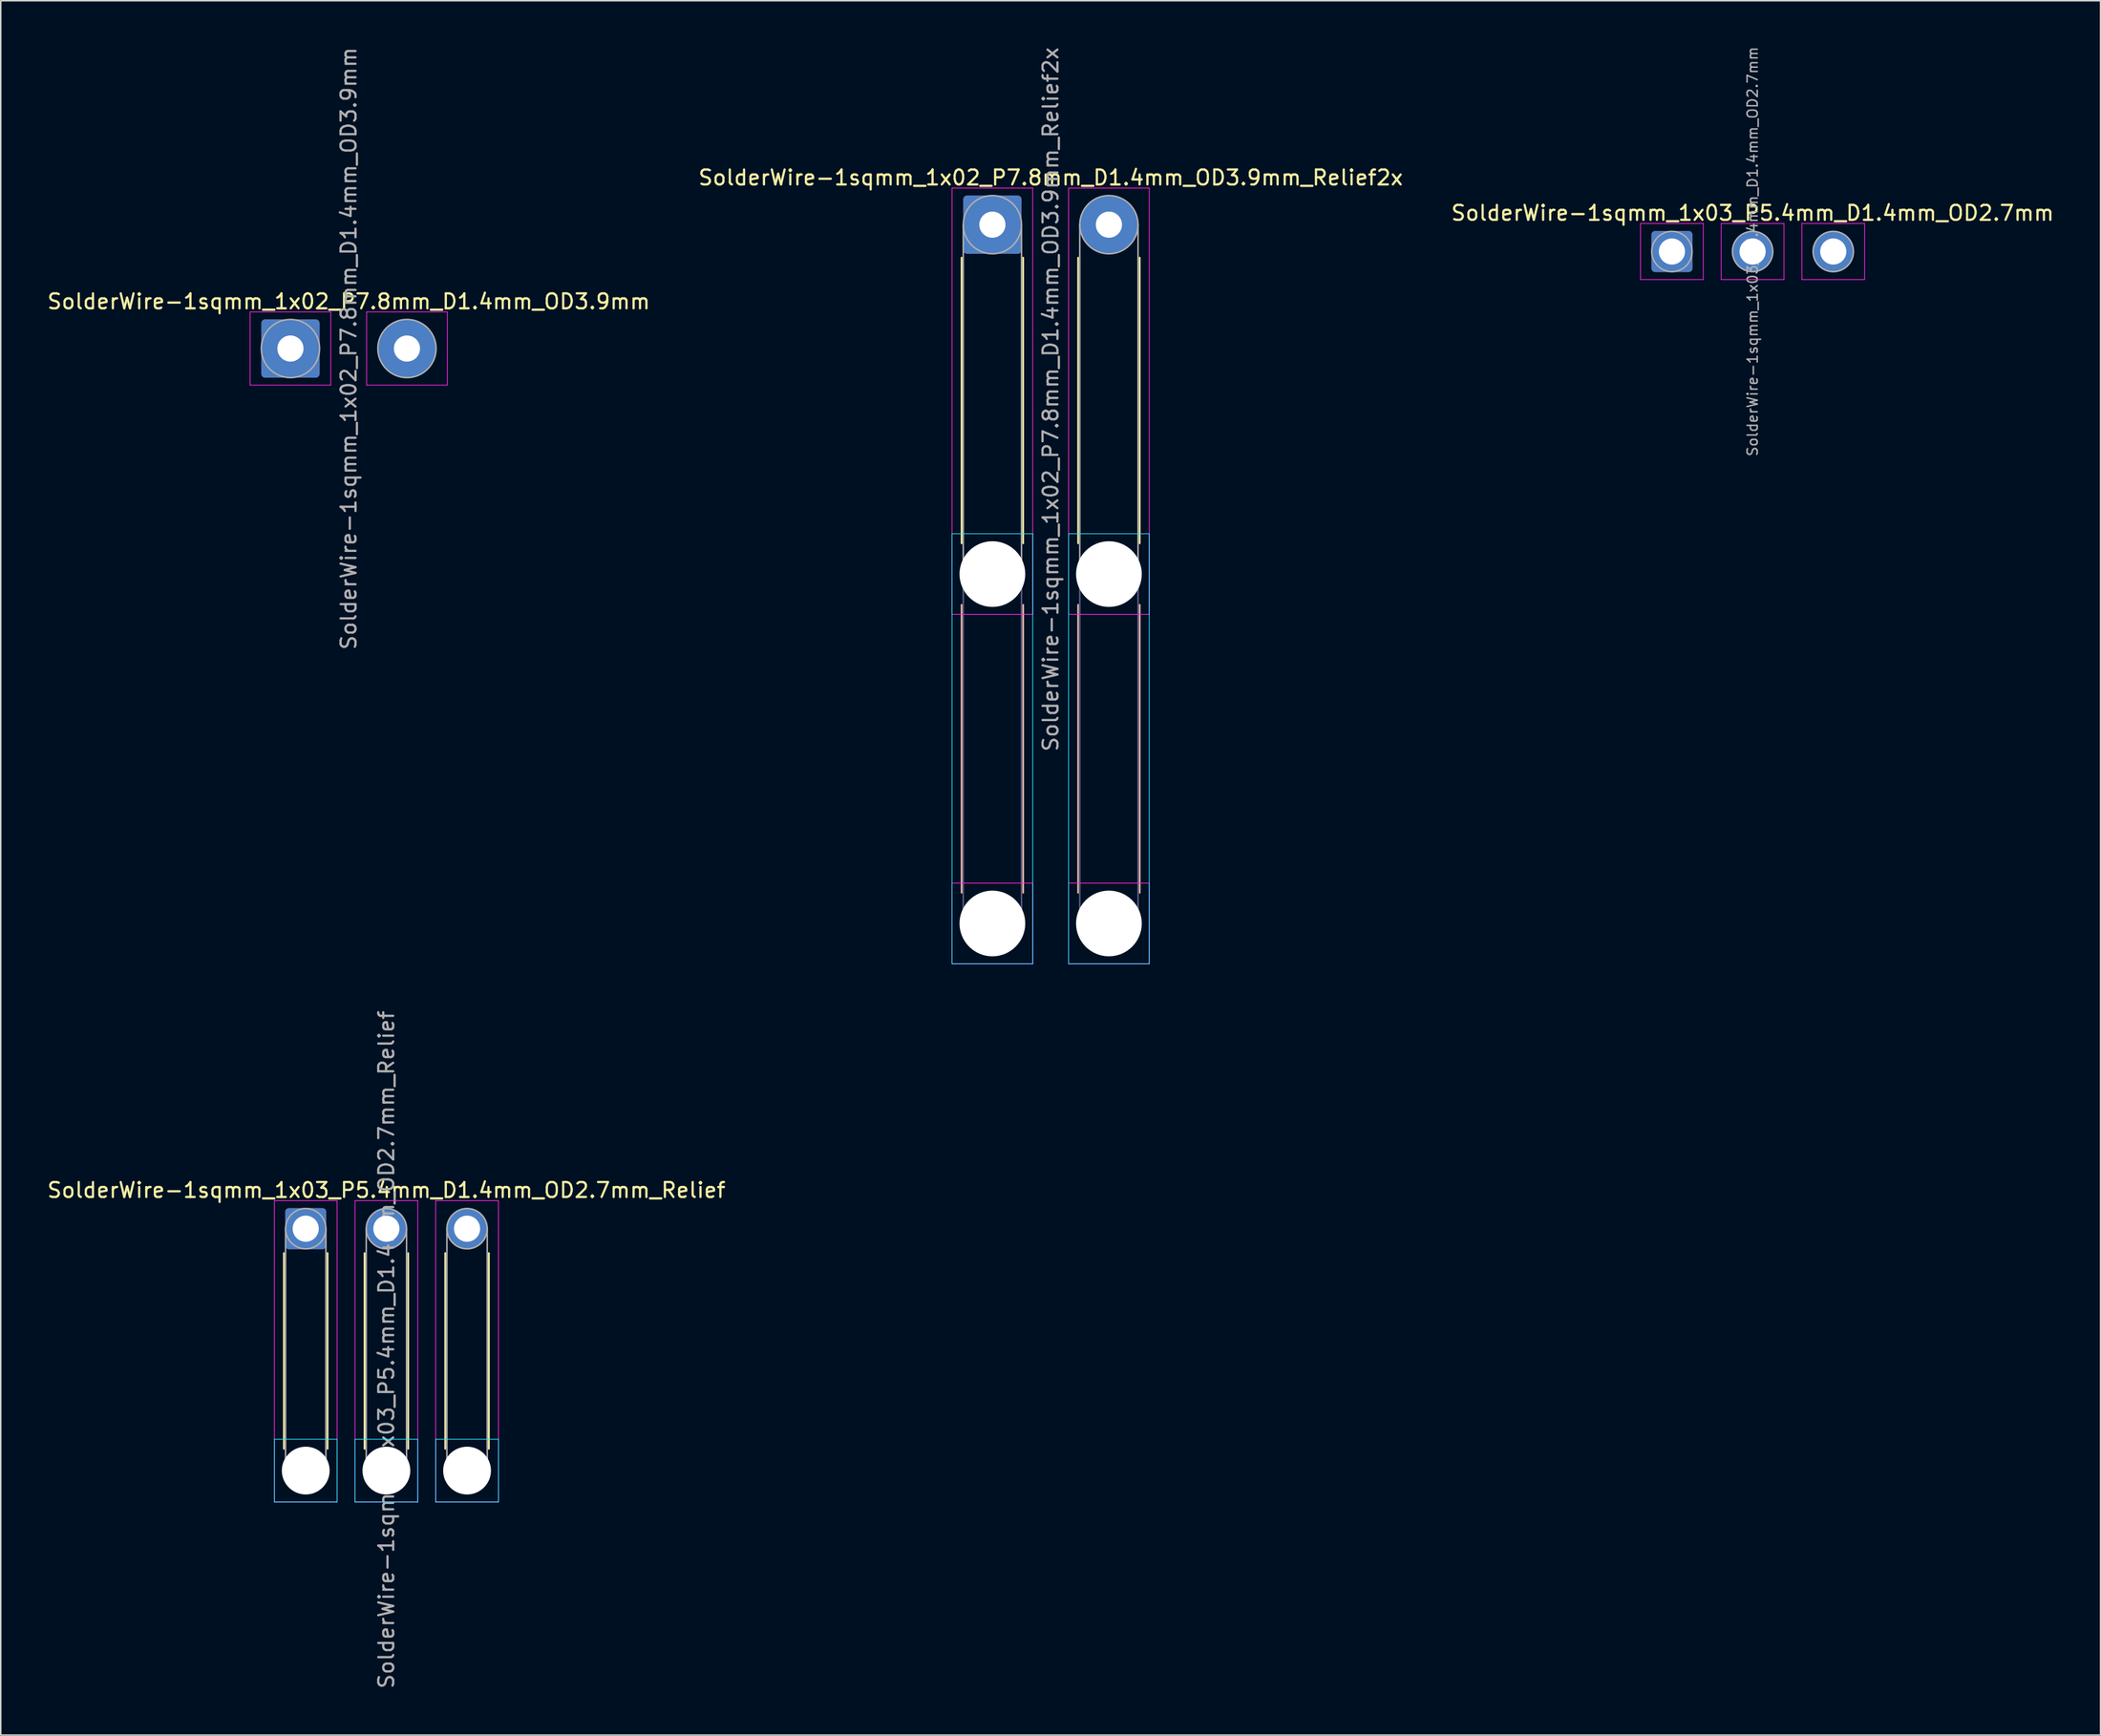
<source format=kicad_pcb>
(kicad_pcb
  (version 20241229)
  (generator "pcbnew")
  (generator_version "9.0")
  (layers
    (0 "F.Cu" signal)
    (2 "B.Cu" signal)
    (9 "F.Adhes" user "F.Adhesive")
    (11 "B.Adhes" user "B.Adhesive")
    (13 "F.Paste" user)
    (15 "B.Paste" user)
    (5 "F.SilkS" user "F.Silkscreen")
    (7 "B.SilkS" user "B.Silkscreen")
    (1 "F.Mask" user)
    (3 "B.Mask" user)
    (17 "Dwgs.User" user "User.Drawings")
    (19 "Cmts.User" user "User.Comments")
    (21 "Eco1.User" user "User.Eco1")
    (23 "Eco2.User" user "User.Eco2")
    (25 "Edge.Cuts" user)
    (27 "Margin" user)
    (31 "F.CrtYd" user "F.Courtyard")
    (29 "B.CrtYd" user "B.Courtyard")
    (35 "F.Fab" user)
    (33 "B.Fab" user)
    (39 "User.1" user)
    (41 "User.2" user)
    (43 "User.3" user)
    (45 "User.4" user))
  (footprint "SolderWire-1sqmm_1x03_P5.4mm_D1.4mm_OD2.7mm"
    (layer "F.Cu")
    (at 108.868 13.795)
    (property "Reference" "SolderWire-1sqmm_1x03_P5.4mm_D1.4mm_OD2.7mm" (at 5.4 -2.58 0) (layer "F.SilkS") (effects (font (size 1 1) (thickness 0.15))))
    (attr exclude_from_pos_files exclude_from_bom)
    (fp_line (start -2.1 -1.88) (end -2.1 1.88) (stroke (width 0.05) (type solid)) (layer "F.CrtYd"))
    (fp_line (start -2.1 1.88) (end 2.1 1.88) (stroke (width 0.05) (type solid)) (layer "F.CrtYd"))
    (fp_line (start 2.1 -1.88) (end -2.1 -1.88) (stroke (width 0.05) (type solid)) (layer "F.CrtYd"))
    (fp_line (start 2.1 1.88) (end 2.1 -1.88) (stroke (width 0.05) (type solid)) (layer "F.CrtYd"))
    (fp_line (start 3.3 -1.88) (end 3.3 1.88) (stroke (width 0.05) (type solid)) (layer "F.CrtYd"))
    (fp_line (start 3.3 1.88) (end 7.5 1.88) (stroke (width 0.05) (type solid)) (layer "F.CrtYd"))
    (fp_line (start 7.5 -1.88) (end 3.3 -1.88) (stroke (width 0.05) (type solid)) (layer "F.CrtYd"))
    (fp_line (start 7.5 1.88) (end 7.5 -1.88) (stroke (width 0.05) (type solid)) (layer "F.CrtYd"))
    (fp_line (start 8.7 -1.88) (end 8.7 1.88) (stroke (width 0.05) (type solid)) (layer "F.CrtYd"))
    (fp_line (start 8.7 1.88) (end 12.9 1.88) (stroke (width 0.05) (type solid)) (layer "F.CrtYd"))
    (fp_line (start 12.9 -1.88) (end 8.7 -1.88) (stroke (width 0.05) (type solid)) (layer "F.CrtYd"))
    (fp_line (start 12.9 1.88) (end 12.9 -1.88) (stroke (width 0.05) (type solid)) (layer "F.CrtYd"))
    (fp_circle (center 0 0) (end 1.35 0) (stroke (width 0.1) (type solid)) (fill no) (layer "F.Fab"))
    (fp_circle (center 5.4 0) (end 6.75 0) (stroke (width 0.1) (type solid)) (fill no) (layer "F.Fab"))
    (fp_circle (center 10.8 0) (end 12.15 0) (stroke (width 0.1) (type solid)) (fill no) (layer "F.Fab"))
    (fp_text user "${REFERENCE}" (at 5.4 0 90) (layer "F.Fab") (effects (font (size 0.68 0.68) (thickness 0.1))))
    (pad "1" thru_hole roundrect (at 0 0) (size 2.75 2.75) (drill 1.75) (layers "*.Cu" "*.Mask") (roundrect_rratio 0.091))
    (pad "2" thru_hole circle (at 5.4 0) (size 2.75 2.75) (drill 1.75) (layers "*.Cu" "*.Mask"))
    (pad "3" thru_hole circle (at 10.8 0) (size 2.75 2.75) (drill 1.75) (layers "*.Cu" "*.Mask")))
  (footprint "SolderWire-1sqmm_1x02_P7.8mm_D1.4mm_OD3.9mm_Relief2x"
    (layer "F.Cu")
    (at 63.38 11.996)
    (property "Reference" "SolderWire-1sqmm_1x02_P7.8mm_D1.4mm_OD3.9mm_Relief2x" (at 3.9 -3.15 0) (layer "F.SilkS") (effects (font (size 1 1) (thickness 0.15))))
    (attr exclude_from_pos_files exclude_from_bom)
    (fp_line (start -2.06 2.21) (end -2.06 21.34) (stroke (width 0.12) (type solid)) (layer "F.SilkS"))
    (fp_line (start 2.06 2.21) (end 2.06 21.34) (stroke (width 0.12) (type solid)) (layer "F.SilkS"))
    (fp_line (start 5.74 2.21) (end 5.74 21.34) (stroke (width 0.12) (type solid)) (layer "F.SilkS"))
    (fp_line (start 9.86 2.21) (end 9.86 21.34) (stroke (width 0.12) (type solid)) (layer "F.SilkS"))
    (fp_line (start -2.06 25.46) (end -2.06 44.74) (stroke (width 0.12) (type solid)) (layer "B.SilkS"))
    (fp_line (start 2.06 25.46) (end 2.06 44.74) (stroke (width 0.12) (type solid)) (layer "B.SilkS"))
    (fp_line (start 5.74 25.46) (end 5.74 44.74) (stroke (width 0.12) (type solid)) (layer "B.SilkS"))
    (fp_line (start 9.86 25.46) (end 9.86 44.74) (stroke (width 0.12) (type solid)) (layer "B.SilkS"))
    (fp_line (start -2.7 20.7) (end -2.7 49.5) (stroke (width 0.05) (type solid)) (layer "B.CrtYd"))
    (fp_line (start -2.7 49.5) (end 2.7 49.5) (stroke (width 0.05) (type solid)) (layer "B.CrtYd"))
    (fp_line (start 2.7 20.7) (end -2.7 20.7) (stroke (width 0.05) (type solid)) (layer "B.CrtYd"))
    (fp_line (start 2.7 49.5) (end 2.7 20.7) (stroke (width 0.05) (type solid)) (layer "B.CrtYd"))
    (fp_line (start 5.1 20.7) (end 5.1 49.5) (stroke (width 0.05) (type solid)) (layer "B.CrtYd"))
    (fp_line (start 5.1 49.5) (end 10.5 49.5) (stroke (width 0.05) (type solid)) (layer "B.CrtYd"))
    (fp_line (start 10.5 20.7) (end 5.1 20.7) (stroke (width 0.05) (type solid)) (layer "B.CrtYd"))
    (fp_line (start 10.5 49.5) (end 10.5 20.7) (stroke (width 0.05) (type solid)) (layer "B.CrtYd"))
    (fp_line (start -2.7 -2.45) (end -2.7 26.1) (stroke (width 0.05) (type solid)) (layer "F.CrtYd"))
    (fp_line (start -2.7 26.1) (end 2.7 26.1) (stroke (width 0.05) (type solid)) (layer "F.CrtYd"))
    (fp_line (start -2.7 44.1) (end -2.7 49.5) (stroke (width 0.05) (type solid)) (layer "F.CrtYd"))
    (fp_line (start -2.7 49.5) (end 2.7 49.5) (stroke (width 0.05) (type solid)) (layer "F.CrtYd"))
    (fp_line (start 2.7 -2.45) (end -2.7 -2.45) (stroke (width 0.05) (type solid)) (layer "F.CrtYd"))
    (fp_line (start 2.7 26.1) (end 2.7 -2.45) (stroke (width 0.05) (type solid)) (layer "F.CrtYd"))
    (fp_line (start 2.7 44.1) (end -2.7 44.1) (stroke (width 0.05) (type solid)) (layer "F.CrtYd"))
    (fp_line (start 2.7 49.5) (end 2.7 44.1) (stroke (width 0.05) (type solid)) (layer "F.CrtYd"))
    (fp_line (start 5.1 -2.45) (end 5.1 26.1) (stroke (width 0.05) (type solid)) (layer "F.CrtYd"))
    (fp_line (start 5.1 26.1) (end 10.5 26.1) (stroke (width 0.05) (type solid)) (layer "F.CrtYd"))
    (fp_line (start 5.1 44.1) (end 5.1 49.5) (stroke (width 0.05) (type solid)) (layer "F.CrtYd"))
    (fp_line (start 5.1 49.5) (end 10.5 49.5) (stroke (width 0.05) (type solid)) (layer "F.CrtYd"))
    (fp_line (start 10.5 -2.45) (end 5.1 -2.45) (stroke (width 0.05) (type solid)) (layer "F.CrtYd"))
    (fp_line (start 10.5 26.1) (end 10.5 -2.45) (stroke (width 0.05) (type solid)) (layer "F.CrtYd"))
    (fp_line (start 10.5 44.1) (end 5.1 44.1) (stroke (width 0.05) (type solid)) (layer "F.CrtYd"))
    (fp_line (start 10.5 49.5) (end 10.5 44.1) (stroke (width 0.05) (type solid)) (layer "F.CrtYd"))
    (fp_line (start -1.95 23.4) (end -1.95 46.8) (stroke (width 0.1) (type solid)) (layer "B.Fab"))
    (fp_line (start 1.95 23.4) (end 1.95 46.8) (stroke (width 0.1) (type solid)) (layer "B.Fab"))
    (fp_line (start 5.85 23.4) (end 5.85 46.8) (stroke (width 0.1) (type solid)) (layer "B.Fab"))
    (fp_line (start 9.75 23.4) (end 9.75 46.8) (stroke (width 0.1) (type solid)) (layer "B.Fab"))
    (fp_circle (center 0 23.4) (end 1.95 23.4) (stroke (width 0.1) (type solid)) (fill no) (layer "B.Fab"))
    (fp_circle (center 0 46.8) (end 1.95 46.8) (stroke (width 0.1) (type solid)) (fill no) (layer "B.Fab"))
    (fp_circle (center 7.8 23.4) (end 9.75 23.4) (stroke (width 0.1) (type solid)) (fill no) (layer "B.Fab"))
    (fp_circle (center 7.8 46.8) (end 9.75 46.8) (stroke (width 0.1) (type solid)) (fill no) (layer "B.Fab"))
    (fp_line (start -1.95 0) (end -1.95 23.4) (stroke (width 0.1) (type solid)) (layer "F.Fab"))
    (fp_line (start 1.95 0) (end 1.95 23.4) (stroke (width 0.1) (type solid)) (layer "F.Fab"))
    (fp_line (start 5.85 0) (end 5.85 23.4) (stroke (width 0.1) (type solid)) (layer "F.Fab"))
    (fp_line (start 9.75 0) (end 9.75 23.4) (stroke (width 0.1) (type solid)) (layer "F.Fab"))
    (fp_circle (center 0 0) (end 1.95 0) (stroke (width 0.1) (type solid)) (fill no) (layer "F.Fab"))
    (fp_circle (center 0 23.4) (end 1.95 23.4) (stroke (width 0.1) (type solid)) (fill no) (layer "F.Fab"))
    (fp_circle (center 0 46.8) (end 1.95 46.8) (stroke (width 0.1) (type solid)) (fill no) (layer "F.Fab"))
    (fp_circle (center 7.8 0) (end 9.75 0) (stroke (width 0.1) (type solid)) (fill no) (layer "F.Fab"))
    (fp_circle (center 7.8 23.4) (end 9.75 23.4) (stroke (width 0.1) (type solid)) (fill no) (layer "F.Fab"))
    (fp_circle (center 7.8 46.8) (end 9.75 46.8) (stroke (width 0.1) (type solid)) (fill no) (layer "F.Fab"))
    (fp_text user "${REFERENCE}" (at 3.9 11.7 90) (layer "F.Fab") (effects (font (size 1 1) (thickness 0.15))))
    (pad "" np_thru_hole circle (at 0 23.4) (size 4.4 4.4) (drill 4.4) (layers "*.Cu" "*.Mask"))
    (pad "" np_thru_hole circle (at 0 46.8) (size 4.4 4.4) (drill 4.4) (layers "*.Cu" "*.Mask"))
    (pad "" np_thru_hole circle (at 7.8 23.4) (size 4.4 4.4) (drill 4.4) (layers "*.Cu" "*.Mask"))
    (pad "" np_thru_hole circle (at 7.8 46.8) (size 4.4 4.4) (drill 4.4) (layers "*.Cu" "*.Mask"))
    (pad "1" thru_hole roundrect (at 0 0) (size 3.9 3.9) (drill 1.75) (layers "*.Cu" "*.Mask") (roundrect_rratio 0.064))
    (pad "2" thru_hole circle (at 7.8 0) (size 3.9 3.9) (drill 1.75) (layers "*.Cu" "*.Mask")))
  (footprint "SolderWire-1sqmm_1x03_P5.4mm_D1.4mm_OD2.7mm_Relief"
    (layer "F.Cu")
    (at 17.415 79.237)
    (property "Reference" "SolderWire-1sqmm_1x03_P5.4mm_D1.4mm_OD2.7mm_Relief" (at 5.4 -2.58 0) (layer "F.SilkS") (effects (font (size 1 1) (thickness 0.15))))
    (attr exclude_from_pos_files exclude_from_bom)
    (fp_line (start -1.46 1.635) (end -1.46 14.74) (stroke (width 0.12) (type solid)) (layer "F.SilkS"))
    (fp_line (start 1.46 1.635) (end 1.46 14.74) (stroke (width 0.12) (type solid)) (layer "F.SilkS"))
    (fp_line (start 3.94 1.635) (end 3.94 14.74) (stroke (width 0.12) (type solid)) (layer "F.SilkS"))
    (fp_line (start 6.86 1.635) (end 6.86 14.74) (stroke (width 0.12) (type solid)) (layer "F.SilkS"))
    (fp_line (start 9.34 1.635) (end 9.34 14.74) (stroke (width 0.12) (type solid)) (layer "F.SilkS"))
    (fp_line (start 12.26 1.635) (end 12.26 14.74) (stroke (width 0.12) (type solid)) (layer "F.SilkS"))
    (fp_line (start -2.1 14.1) (end -2.1 18.3) (stroke (width 0.05) (type solid)) (layer "B.CrtYd"))
    (fp_line (start -2.1 18.3) (end 2.1 18.3) (stroke (width 0.05) (type solid)) (layer "B.CrtYd"))
    (fp_line (start 2.1 14.1) (end -2.1 14.1) (stroke (width 0.05) (type solid)) (layer "B.CrtYd"))
    (fp_line (start 2.1 18.3) (end 2.1 14.1) (stroke (width 0.05) (type solid)) (layer "B.CrtYd"))
    (fp_line (start 3.3 14.1) (end 3.3 18.3) (stroke (width 0.05) (type solid)) (layer "B.CrtYd"))
    (fp_line (start 3.3 18.3) (end 7.5 18.3) (stroke (width 0.05) (type solid)) (layer "B.CrtYd"))
    (fp_line (start 7.5 14.1) (end 3.3 14.1) (stroke (width 0.05) (type solid)) (layer "B.CrtYd"))
    (fp_line (start 7.5 18.3) (end 7.5 14.1) (stroke (width 0.05) (type solid)) (layer "B.CrtYd"))
    (fp_line (start 8.7 14.1) (end 8.7 18.3) (stroke (width 0.05) (type solid)) (layer "B.CrtYd"))
    (fp_line (start 8.7 18.3) (end 12.9 18.3) (stroke (width 0.05) (type solid)) (layer "B.CrtYd"))
    (fp_line (start 12.9 14.1) (end 8.7 14.1) (stroke (width 0.05) (type solid)) (layer "B.CrtYd"))
    (fp_line (start 12.9 18.3) (end 12.9 14.1) (stroke (width 0.05) (type solid)) (layer "B.CrtYd"))
    (fp_line (start -2.1 -1.88) (end -2.1 18.3) (stroke (width 0.05) (type solid)) (layer "F.CrtYd"))
    (fp_line (start -2.1 18.3) (end 2.1 18.3) (stroke (width 0.05) (type solid)) (layer "F.CrtYd"))
    (fp_line (start 2.1 -1.88) (end -2.1 -1.88) (stroke (width 0.05) (type solid)) (layer "F.CrtYd"))
    (fp_line (start 2.1 18.3) (end 2.1 -1.88) (stroke (width 0.05) (type solid)) (layer "F.CrtYd"))
    (fp_line (start 3.3 -1.88) (end 3.3 18.3) (stroke (width 0.05) (type solid)) (layer "F.CrtYd"))
    (fp_line (start 3.3 18.3) (end 7.5 18.3) (stroke (width 0.05) (type solid)) (layer "F.CrtYd"))
    (fp_line (start 7.5 -1.88) (end 3.3 -1.88) (stroke (width 0.05) (type solid)) (layer "F.CrtYd"))
    (fp_line (start 7.5 18.3) (end 7.5 -1.88) (stroke (width 0.05) (type solid)) (layer "F.CrtYd"))
    (fp_line (start 8.7 -1.88) (end 8.7 18.3) (stroke (width 0.05) (type solid)) (layer "F.CrtYd"))
    (fp_line (start 8.7 18.3) (end 12.9 18.3) (stroke (width 0.05) (type solid)) (layer "F.CrtYd"))
    (fp_line (start 12.9 -1.88) (end 8.7 -1.88) (stroke (width 0.05) (type solid)) (layer "F.CrtYd"))
    (fp_line (start 12.9 18.3) (end 12.9 -1.88) (stroke (width 0.05) (type solid)) (layer "F.CrtYd"))
    (fp_line (start -1.35 0) (end -1.35 16.2) (stroke (width 0.1) (type solid)) (layer "F.Fab"))
    (fp_line (start 1.35 0) (end 1.35 16.2) (stroke (width 0.1) (type solid)) (layer "F.Fab"))
    (fp_line (start 4.05 0) (end 4.05 16.2) (stroke (width 0.1) (type solid)) (layer "F.Fab"))
    (fp_line (start 6.75 0) (end 6.75 16.2) (stroke (width 0.1) (type solid)) (layer "F.Fab"))
    (fp_line (start 9.45 0) (end 9.45 16.2) (stroke (width 0.1) (type solid)) (layer "F.Fab"))
    (fp_line (start 12.15 0) (end 12.15 16.2) (stroke (width 0.1) (type solid)) (layer "F.Fab"))
    (fp_circle (center 0 0) (end 1.35 0) (stroke (width 0.1) (type solid)) (fill no) (layer "F.Fab"))
    (fp_circle (center 0 16.2) (end 1.35 16.2) (stroke (width 0.1) (type solid)) (fill no) (layer "F.Fab"))
    (fp_circle (center 5.4 0) (end 6.75 0) (stroke (width 0.1) (type solid)) (fill no) (layer "F.Fab"))
    (fp_circle (center 5.4 16.2) (end 6.75 16.2) (stroke (width 0.1) (type solid)) (fill no) (layer "F.Fab"))
    (fp_circle (center 10.8 0) (end 12.15 0) (stroke (width 0.1) (type solid)) (fill no) (layer "F.Fab"))
    (fp_circle (center 10.8 16.2) (end 12.15 16.2) (stroke (width 0.1) (type solid)) (fill no) (layer "F.Fab"))
    (fp_text user "${REFERENCE}" (at 5.4 8.1 90) (layer "F.Fab") (effects (font (size 1 1) (thickness 0.15))))
    (pad "" np_thru_hole circle (at 0 16.2) (size 3.2 3.2) (drill 3.2) (layers "*.Cu" "*.Mask"))
    (pad "" np_thru_hole circle (at 5.4 16.2) (size 3.2 3.2) (drill 3.2) (layers "*.Cu" "*.Mask"))
    (pad "" np_thru_hole circle (at 10.8 16.2) (size 3.2 3.2) (drill 3.2) (layers "*.Cu" "*.Mask"))
    (pad "1" thru_hole roundrect (at 0 0) (size 2.75 2.75) (drill 1.75) (layers "*.Cu" "*.Mask") (roundrect_rratio 0.091))
    (pad "2" thru_hole circle (at 5.4 0) (size 2.75 2.75) (drill 1.75) (layers "*.Cu" "*.Mask"))
    (pad "3" thru_hole circle (at 10.8 0) (size 2.75 2.75) (drill 1.75) (layers "*.Cu" "*.Mask")))
  (footprint "SolderWire-1sqmm_1x02_P7.8mm_D1.4mm_OD3.9mm"
    (layer "F.Cu")
    (at 16.392 20.292)
    (property "Reference" "SolderWire-1sqmm_1x02_P7.8mm_D1.4mm_OD3.9mm" (at 3.9 -3.15 0) (layer "F.SilkS") (effects (font (size 1 1) (thickness 0.15))))
    (attr exclude_from_pos_files exclude_from_bom)
    (fp_line (start -2.7 -2.45) (end -2.7 2.45) (stroke (width 0.05) (type solid)) (layer "F.CrtYd"))
    (fp_line (start -2.7 2.45) (end 2.7 2.45) (stroke (width 0.05) (type solid)) (layer "F.CrtYd"))
    (fp_line (start 2.7 -2.45) (end -2.7 -2.45) (stroke (width 0.05) (type solid)) (layer "F.CrtYd"))
    (fp_line (start 2.7 2.45) (end 2.7 -2.45) (stroke (width 0.05) (type solid)) (layer "F.CrtYd"))
    (fp_line (start 5.1 -2.45) (end 5.1 2.45) (stroke (width 0.05) (type solid)) (layer "F.CrtYd"))
    (fp_line (start 5.1 2.45) (end 10.5 2.45) (stroke (width 0.05) (type solid)) (layer "F.CrtYd"))
    (fp_line (start 10.5 -2.45) (end 5.1 -2.45) (stroke (width 0.05) (type solid)) (layer "F.CrtYd"))
    (fp_line (start 10.5 2.45) (end 10.5 -2.45) (stroke (width 0.05) (type solid)) (layer "F.CrtYd"))
    (fp_circle (center 0 0) (end 1.95 0) (stroke (width 0.1) (type solid)) (fill no) (layer "F.Fab"))
    (fp_circle (center 7.8 0) (end 9.75 0) (stroke (width 0.1) (type solid)) (fill no) (layer "F.Fab"))
    (fp_text user "${REFERENCE}" (at 3.9 0 90) (layer "F.Fab") (effects (font (size 1 1) (thickness 0.15))))
    (pad "1" thru_hole roundrect (at 0 0) (size 3.9 3.9) (drill 1.75) (layers "*.Cu" "*.Mask") (roundrect_rratio 0.064))
    (pad "2" thru_hole circle (at 7.8 0) (size 3.9 3.9) (drill 1.75) (layers "*.Cu" "*.Mask")))
  (gr_rect
    (start -3 -3)
    (end 137.56 113.152)
    (stroke (width 0.1) (type default))
    (fill no)
    (layer "Edge.Cuts")))
</source>
